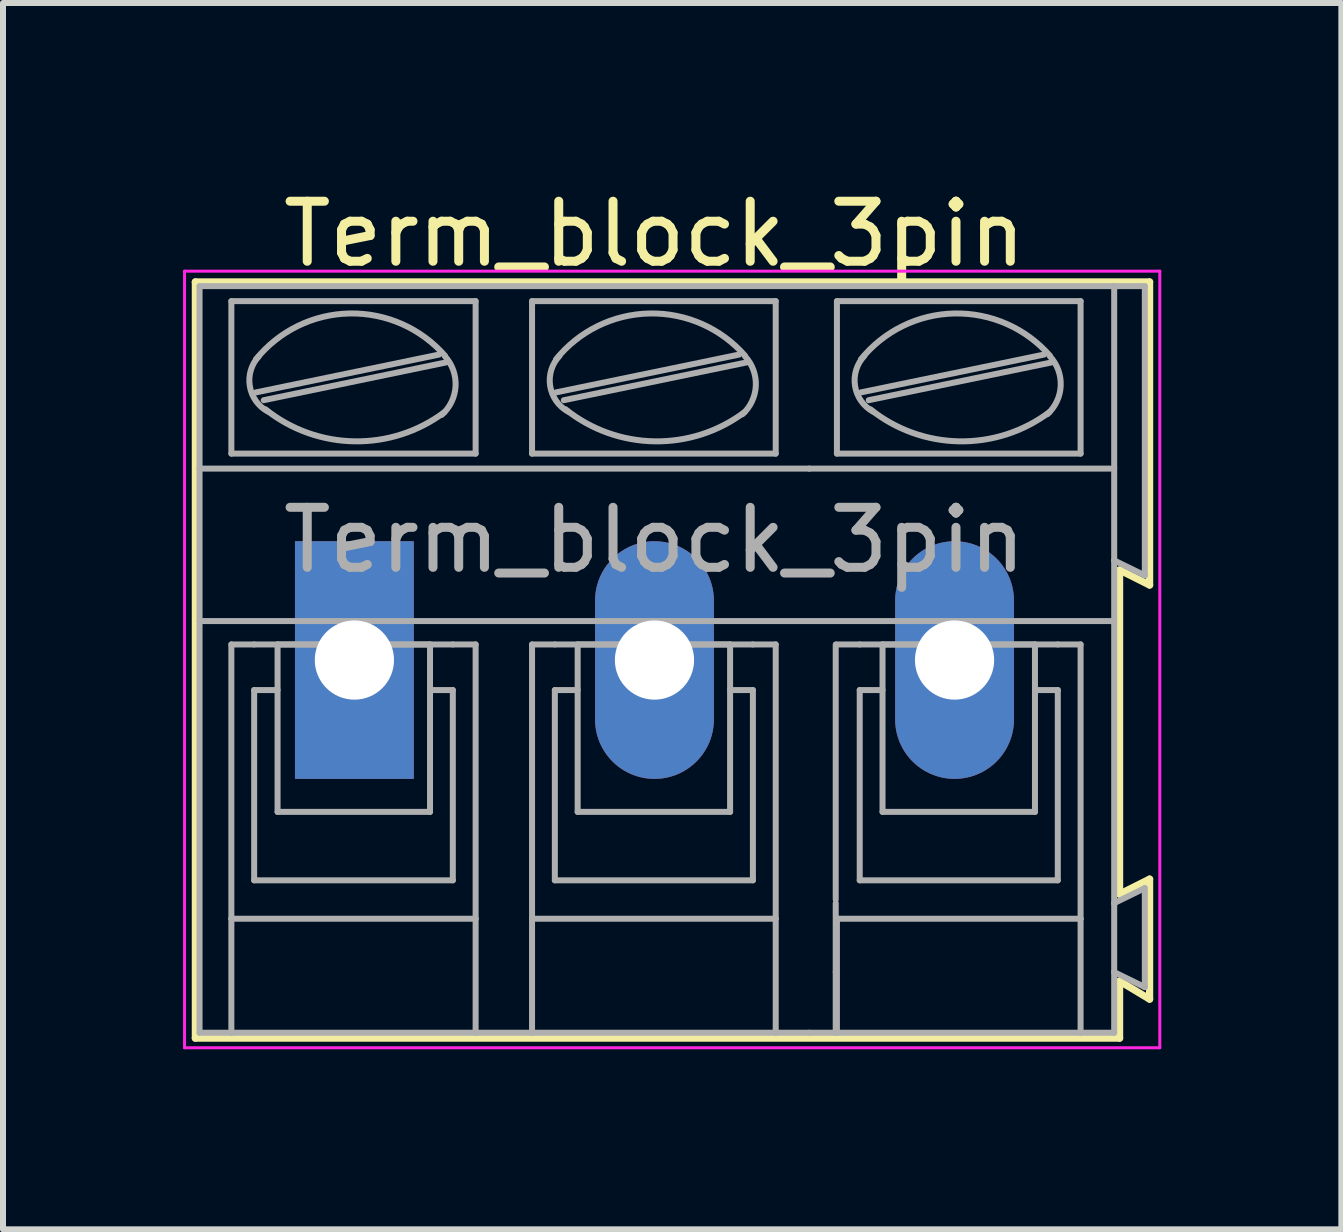
<source format=kicad_pcb>
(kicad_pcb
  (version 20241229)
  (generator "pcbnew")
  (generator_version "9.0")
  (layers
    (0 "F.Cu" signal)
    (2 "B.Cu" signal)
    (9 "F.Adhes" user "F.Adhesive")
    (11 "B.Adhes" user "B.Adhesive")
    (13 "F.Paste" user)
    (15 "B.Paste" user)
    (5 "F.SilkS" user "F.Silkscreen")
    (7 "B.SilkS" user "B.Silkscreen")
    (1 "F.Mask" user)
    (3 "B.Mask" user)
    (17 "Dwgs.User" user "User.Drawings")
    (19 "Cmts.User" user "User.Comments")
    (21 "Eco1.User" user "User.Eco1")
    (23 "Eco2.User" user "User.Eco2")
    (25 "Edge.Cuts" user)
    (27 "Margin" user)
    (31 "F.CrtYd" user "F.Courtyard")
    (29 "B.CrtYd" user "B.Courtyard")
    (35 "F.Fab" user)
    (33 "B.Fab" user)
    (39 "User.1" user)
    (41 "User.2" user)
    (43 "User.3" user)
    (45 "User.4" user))
  (footprint "Term_block_3pin"
    (layer "F.Cu")
    (at 2.855 7.948)
    (property "Reference" "Term_block_3pin" (at 5 -7.1 0) (layer "F.SilkS") (effects (font (size 1 1) (thickness 0.15))))
    (attr through_hole)
    (fp_line (start -2.65 -6.3) (end -2.65 6.3) (stroke (width 0.12) (type solid)) (layer "F.SilkS"))
    (fp_line (start -2.65 6.3) (end 12.75 6.3) (stroke (width 0.12) (type solid)) (layer "F.SilkS"))
    (fp_line (start 12.75 -1.5) (end 13.25 -1.25) (stroke (width 0.12) (type solid)) (layer "F.SilkS"))
    (fp_line (start 12.75 3.9) (end 12.75 -1.5) (stroke (width 0.12) (type solid)) (layer "F.SilkS"))
    (fp_line (start 12.75 5.35) (end 13.25 5.65) (stroke (width 0.12) (type solid)) (layer "F.SilkS"))
    (fp_line (start 12.75 6.3) (end 12.75 5.35) (stroke (width 0.12) (type solid)) (layer "F.SilkS"))
    (fp_line (start 13.25 -6.3) (end -2.65 -6.3) (stroke (width 0.12) (type solid)) (layer "F.SilkS"))
    (fp_line (start 13.25 -1.25) (end 13.25 -6.3) (stroke (width 0.12) (type solid)) (layer "F.SilkS"))
    (fp_line (start 13.25 3.65) (end 12.75 3.9) (stroke (width 0.12) (type solid)) (layer "F.SilkS"))
    (fp_line (start 13.25 5.65) (end 13.25 3.65) (stroke (width 0.12) (type solid)) (layer "F.SilkS"))
    (fp_line (start -2.83 -6.48) (end -2.83 6.46) (stroke (width 0.05) (type solid)) (layer "F.CrtYd"))
    (fp_line (start -2.83 -6.48) (end 13.42 -6.48) (stroke (width 0.05) (type solid)) (layer "F.CrtYd"))
    (fp_line (start 13.42 6.46) (end -2.83 6.46) (stroke (width 0.05) (type solid)) (layer "F.CrtYd"))
    (fp_line (start 13.42 6.46) (end 13.42 -6.48) (stroke (width 0.05) (type solid)) (layer "F.CrtYd"))
    (fp_line (start -2.58 -6.23) (end 12.66 -6.23) (stroke (width 0.1) (type solid)) (layer "F.Fab"))
    (fp_line (start -2.58 -3.19) (end -2.58 -6.23) (stroke (width 0.1) (type solid)) (layer "F.Fab"))
    (fp_line (start -2.58 -3.19) (end 7.58 -3.19) (stroke (width 0.1) (type solid)) (layer "F.Fab"))
    (fp_line (start -2.58 -0.65) (end -2.58 -3.19) (stroke (width 0.1) (type solid)) (layer "F.Fab"))
    (fp_line (start -2.58 6.21) (end -2.58 -0.65) (stroke (width 0.1) (type solid)) (layer "F.Fab"))
    (fp_line (start -2.58 6.21) (end -2.05 6.21) (stroke (width 0.1) (type solid)) (layer "F.Fab"))
    (fp_line (start -2.05 -3.44) (end -2.05 -5.98) (stroke (width 0.1) (type solid)) (layer "F.Fab"))
    (fp_line (start -2.05 -0.26) (end -2.05 4.31) (stroke (width 0.1) (type solid)) (layer "F.Fab"))
    (fp_line (start -2.05 -0.26) (end -1.67 -0.26) (stroke (width 0.1) (type solid)) (layer "F.Fab"))
    (fp_line (start -2.05 4.31) (end -2.05 6.21) (stroke (width 0.1) (type solid)) (layer "F.Fab"))
    (fp_line (start -2.05 6.21) (end 2.02 6.21) (stroke (width 0.1) (type solid)) (layer "F.Fab"))
    (fp_line (start -1.67 0.5) (end -1.28 0.5) (stroke (width 0.1) (type solid)) (layer "F.Fab"))
    (fp_line (start -1.67 3.67) (end -1.67 0.5) (stroke (width 0.1) (type solid)) (layer "F.Fab"))
    (fp_line (start -1.64 -4.46) (end 1.41 -5.09) (stroke (width 0.1) (type solid)) (layer "F.Fab"))
    (fp_line (start -1.51 -4.33) (end 1.53 -4.96) (stroke (width 0.1) (type solid)) (layer "F.Fab"))
    (fp_line (start -1.28 -0.26) (end 1.26 -0.26) (stroke (width 0.1) (type solid)) (layer "F.Fab"))
    (fp_line (start -1.28 2.53) (end -1.28 -0.26) (stroke (width 0.1) (type solid)) (layer "F.Fab"))
    (fp_line (start -1.28 2.53) (end 1.26 2.53) (stroke (width 0.1) (type solid)) (layer "F.Fab"))
    (fp_line (start 1.26 2.53) (end 1.26 -0.26) (stroke (width 0.1) (type solid)) (layer "F.Fab"))
    (fp_line (start 1.64 -0.26) (end -1.67 -0.26) (stroke (width 0.1) (type solid)) (layer "F.Fab"))
    (fp_line (start 1.64 0.5) (end 1.26 0.5) (stroke (width 0.1) (type solid)) (layer "F.Fab"))
    (fp_line (start 1.64 3.67) (end -1.67 3.67) (stroke (width 0.1) (type solid)) (layer "F.Fab"))
    (fp_line (start 1.64 3.67) (end 1.64 0.5) (stroke (width 0.1) (type solid)) (layer "F.Fab"))
    (fp_line (start 2.02 -5.98) (end -2.05 -5.98) (stroke (width 0.1) (type solid)) (layer "F.Fab"))
    (fp_line (start 2.02 -3.44) (end -2.05 -3.44) (stroke (width 0.1) (type solid)) (layer "F.Fab"))
    (fp_line (start 2.02 -3.44) (end 2.02 -5.98) (stroke (width 0.1) (type solid)) (layer "F.Fab"))
    (fp_line (start 2.02 -0.26) (end 1.64 -0.26) (stroke (width 0.1) (type solid)) (layer "F.Fab"))
    (fp_line (start 2.02 4.31) (end -2.05 4.31) (stroke (width 0.1) (type solid)) (layer "F.Fab"))
    (fp_line (start 2.02 4.31) (end 2.02 -0.26) (stroke (width 0.1) (type solid)) (layer "F.Fab"))
    (fp_line (start 2.02 6.21) (end 2.02 4.31) (stroke (width 0.1) (type solid)) (layer "F.Fab"))
    (fp_line (start 2.02 6.21) (end 2.96 6.21) (stroke (width 0.1) (type solid)) (layer "F.Fab"))
    (fp_line (start 2.96 -5.98) (end 7.02 -5.98) (stroke (width 0.1) (type solid)) (layer "F.Fab"))
    (fp_line (start 2.96 -3.44) (end 2.96 -5.98) (stroke (width 0.1) (type solid)) (layer "F.Fab"))
    (fp_line (start 2.96 -0.26) (end 3.34 -0.26) (stroke (width 0.1) (type solid)) (layer "F.Fab"))
    (fp_line (start 2.96 4.31) (end 2.96 -0.26) (stroke (width 0.1) (type solid)) (layer "F.Fab"))
    (fp_line (start 2.96 4.31) (end 7.02 4.31) (stroke (width 0.1) (type solid)) (layer "F.Fab"))
    (fp_line (start 2.96 6.21) (end 2.96 4.31) (stroke (width 0.1) (type solid)) (layer "F.Fab"))
    (fp_line (start 2.96 6.21) (end 7.02 6.21) (stroke (width 0.1) (type solid)) (layer "F.Fab"))
    (fp_line (start 3.34 -0.26) (end 6.64 -0.26) (stroke (width 0.1) (type solid)) (layer "F.Fab"))
    (fp_line (start 3.34 0.5) (end 3.72 0.5) (stroke (width 0.1) (type solid)) (layer "F.Fab"))
    (fp_line (start 3.34 3.67) (end 3.34 0.5) (stroke (width 0.1) (type solid)) (layer "F.Fab"))
    (fp_line (start 3.36 -4.46) (end 6.41 -5.09) (stroke (width 0.1) (type solid)) (layer "F.Fab"))
    (fp_line (start 3.49 -4.33) (end 6.54 -4.96) (stroke (width 0.1) (type solid)) (layer "F.Fab"))
    (fp_line (start 3.72 -0.26) (end 6.26 -0.26) (stroke (width 0.1) (type solid)) (layer "F.Fab"))
    (fp_line (start 3.72 2.53) (end 3.72 -0.26) (stroke (width 0.1) (type solid)) (layer "F.Fab"))
    (fp_line (start 3.72 2.53) (end 6.26 2.53) (stroke (width 0.1) (type solid)) (layer "F.Fab"))
    (fp_line (start 6.26 2.53) (end 6.26 -0.26) (stroke (width 0.1) (type solid)) (layer "F.Fab"))
    (fp_line (start 6.64 0.5) (end 6.26 0.5) (stroke (width 0.1) (type solid)) (layer "F.Fab"))
    (fp_line (start 6.64 3.67) (end 3.34 3.67) (stroke (width 0.1) (type solid)) (layer "F.Fab"))
    (fp_line (start 6.64 3.67) (end 6.64 0.5) (stroke (width 0.1) (type solid)) (layer "F.Fab"))
    (fp_line (start 7.02 -5.98) (end 7.02 -3.44) (stroke (width 0.1) (type solid)) (layer "F.Fab"))
    (fp_line (start 7.02 -3.44) (end 2.96 -3.44) (stroke (width 0.1) (type solid)) (layer "F.Fab"))
    (fp_line (start 7.02 -0.26) (end 6.64 -0.26) (stroke (width 0.1) (type solid)) (layer "F.Fab"))
    (fp_line (start 7.02 -0.26) (end 7.02 4.31) (stroke (width 0.1) (type solid)) (layer "F.Fab"))
    (fp_line (start 7.02 4.31) (end 7.02 6.21) (stroke (width 0.1) (type solid)) (layer "F.Fab"))
    (fp_line (start 7.02 6.21) (end 7.58 6.21) (stroke (width 0.1) (type solid)) (layer "F.Fab"))
    (fp_line (start 7.58 -3.19) (end 12.6 -3.19) (stroke (width 0.1) (type solid)) (layer "F.Fab"))
    (fp_line (start 8.02 3.99) (end 8.02 -0.26) (stroke (width 0.1) (type solid)) (layer "F.Fab"))
    (fp_line (start 8.02 4.05) (end 8.02 5.2) (stroke (width 0.1) (type solid)) (layer "F.Fab"))
    (fp_line (start 8.02 5.2) (end 8.02 6.21) (stroke (width 0.1) (type solid)) (layer "F.Fab"))
    (fp_line (start 8.04 -5.98) (end 12.1 -5.98) (stroke (width 0.1) (type solid)) (layer "F.Fab"))
    (fp_line (start 8.04 -3.44) (end 8.04 -5.98) (stroke (width 0.1) (type solid)) (layer "F.Fab"))
    (fp_line (start 8.04 -0.26) (end 8.42 -0.26) (stroke (width 0.1) (type solid)) (layer "F.Fab"))
    (fp_line (start 8.04 4.31) (end 12.1 4.31) (stroke (width 0.1) (type solid)) (layer "F.Fab"))
    (fp_line (start 8.04 6.21) (end 8.04 4.31) (stroke (width 0.1) (type solid)) (layer "F.Fab"))
    (fp_line (start 8.42 -0.26) (end 11.72 -0.26) (stroke (width 0.1) (type solid)) (layer "F.Fab"))
    (fp_line (start 8.42 0.5) (end 8.8 0.5) (stroke (width 0.1) (type solid)) (layer "F.Fab"))
    (fp_line (start 8.42 3.67) (end 8.42 0.5) (stroke (width 0.1) (type solid)) (layer "F.Fab"))
    (fp_line (start 8.44 -4.46) (end 11.49 -5.09) (stroke (width 0.1) (type solid)) (layer "F.Fab"))
    (fp_line (start 8.57 -4.33) (end 11.62 -4.96) (stroke (width 0.1) (type solid)) (layer "F.Fab"))
    (fp_line (start 8.8 -0.26) (end 11.34 -0.26) (stroke (width 0.1) (type solid)) (layer "F.Fab"))
    (fp_line (start 8.8 2.53) (end 8.8 -0.26) (stroke (width 0.1) (type solid)) (layer "F.Fab"))
    (fp_line (start 8.8 2.53) (end 11.34 2.53) (stroke (width 0.1) (type solid)) (layer "F.Fab"))
    (fp_line (start 11.34 2.53) (end 11.34 -0.26) (stroke (width 0.1) (type solid)) (layer "F.Fab"))
    (fp_line (start 11.72 0.5) (end 11.34 0.5) (stroke (width 0.1) (type solid)) (layer "F.Fab"))
    (fp_line (start 11.72 3.67) (end 8.42 3.67) (stroke (width 0.1) (type solid)) (layer "F.Fab"))
    (fp_line (start 11.72 3.67) (end 11.72 0.5) (stroke (width 0.1) (type solid)) (layer "F.Fab"))
    (fp_line (start 12.09 6.21) (end 7.58 6.21) (stroke (width 0.1) (type solid)) (layer "F.Fab"))
    (fp_line (start 12.1 -5.98) (end 12.1 -3.44) (stroke (width 0.1) (type solid)) (layer "F.Fab"))
    (fp_line (start 12.1 -3.44) (end 8.04 -3.44) (stroke (width 0.1) (type solid)) (layer "F.Fab"))
    (fp_line (start 12.1 -0.26) (end 11.72 -0.26) (stroke (width 0.1) (type solid)) (layer "F.Fab"))
    (fp_line (start 12.1 -0.26) (end 12.1 4.31) (stroke (width 0.1) (type solid)) (layer "F.Fab"))
    (fp_line (start 12.1 4.31) (end 12.1 6.21) (stroke (width 0.1) (type solid)) (layer "F.Fab"))
    (fp_line (start 12.1 6.21) (end 12.66 6.21) (stroke (width 0.1) (type solid)) (layer "F.Fab"))
    (fp_line (start 12.66 -6.23) (end 12.66 -3.19) (stroke (width 0.1) (type solid)) (layer "F.Fab"))
    (fp_line (start 12.66 -6.23) (end 13.17 -6.23) (stroke (width 0.1) (type solid)) (layer "F.Fab"))
    (fp_line (start 12.66 -3.19) (end 12.66 -1.66) (stroke (width 0.1) (type solid)) (layer "F.Fab"))
    (fp_line (start 12.66 -1.66) (end 12.66 -0.65) (stroke (width 0.1) (type solid)) (layer "F.Fab"))
    (fp_line (start 12.66 -0.65) (end -2.52 -0.65) (stroke (width 0.1) (type solid)) (layer "F.Fab"))
    (fp_line (start 12.66 -0.65) (end 12.66 4.05) (stroke (width 0.1) (type solid)) (layer "F.Fab"))
    (fp_line (start 12.66 4.05) (end 12.66 5.2) (stroke (width 0.1) (type solid)) (layer "F.Fab"))
    (fp_line (start 12.66 5.2) (end 12.66 6.21) (stroke (width 0.1) (type solid)) (layer "F.Fab"))
    (fp_line (start 13.17 -6.23) (end 13.17 -1.41) (stroke (width 0.1) (type solid)) (layer "F.Fab"))
    (fp_line (start 13.17 -1.41) (end 12.66 -1.66) (stroke (width 0.1) (type solid)) (layer "F.Fab"))
    (fp_line (start 13.17 3.8) (end 12.66 4.05) (stroke (width 0.1) (type solid)) (layer "F.Fab"))
    (fp_line (start 13.17 3.8) (end 13.17 5.45) (stroke (width 0.1) (type solid)) (layer "F.Fab"))
    (fp_line (start 13.17 5.45) (end 12.66 5.2) (stroke (width 0.1) (type solid)) (layer "F.Fab"))
    (fp_arc (start -1.64 -5.01) (mid -0.080263 -5.774867) (end 1.508239 -5.071686) (stroke (width 0.1) (type solid)) (layer "F.Fab"))
    (fp_arc (start -1.44 -4.14) (mid -1.742324 -4.561515) (end -1.595426 -5.059005) (stroke (width 0.1) (type solid)) (layer "F.Fab"))
    (fp_arc (start 1.5 -4.13) (mid 0.000583 -3.644318) (end -1.482333 -4.178263) (stroke (width 0.1) (type solid)) (layer "F.Fab"))
    (fp_arc (start 1.51 -5.06) (mid 1.685733 -4.561652) (end 1.455532 -4.086005) (stroke (width 0.1) (type solid)) (layer "F.Fab"))
    (fp_arc (start 3.36 -5.01) (mid 4.919737 -5.774867) (end 6.508239 -5.071686) (stroke (width 0.1) (type solid)) (layer "F.Fab"))
    (fp_arc (start 3.56 -4.14) (mid 3.261534 -4.569406) (end 3.417028 -5.068699) (stroke (width 0.1) (type solid)) (layer "F.Fab"))
    (fp_arc (start 6.5 -4.13) (mid 5.000583 -3.644318) (end 3.517667 -4.178263) (stroke (width 0.1) (type solid)) (layer "F.Fab"))
    (fp_arc (start 6.51 -5.06) (mid 6.688693 -4.568754) (end 6.465619 -4.096005) (stroke (width 0.1) (type solid)) (layer "F.Fab"))
    (fp_arc (start 8.44 -5.01) (mid 9.999737 -5.774867) (end 11.588239 -5.071686) (stroke (width 0.1) (type solid)) (layer "F.Fab"))
    (fp_arc (start 8.64 -4.14) (mid 8.341534 -4.569406) (end 8.497028 -5.068699) (stroke (width 0.1) (type solid)) (layer "F.Fab"))
    (fp_arc (start 11.58 -4.13) (mid 10.080583 -3.644318) (end 8.597667 -4.178263) (stroke (width 0.1) (type solid)) (layer "F.Fab"))
    (fp_arc (start 11.59 -5.06) (mid 11.768693 -4.568754) (end 11.545619 -4.096005) (stroke (width 0.1) (type solid)) (layer "F.Fab"))
    (fp_text user "${REFERENCE}" (at 5 -2 0) (layer "F.Fab") (effects (font (size 1 1) (thickness 0.15))))
    (pad "1" thru_hole rect (at 0 0) (size 1.98 3.96) (drill 1.32) (layers "*.Cu" "*.Mask"))
    (pad "2" thru_hole oval (at 5 0) (size 1.98 3.96) (drill 1.32) (layers "*.Cu" "*.Mask"))
    (pad "3" thru_hole oval (at 10 0) (size 1.98 3.96) (drill 1.32) (layers "*.Cu" "*.Mask")))
  (gr_rect
    (start -3 -3)
    (end 19.3 17.433)
    (stroke (width 0.1) (type default))
    (fill no)
    (layer "Edge.Cuts")))
</source>
